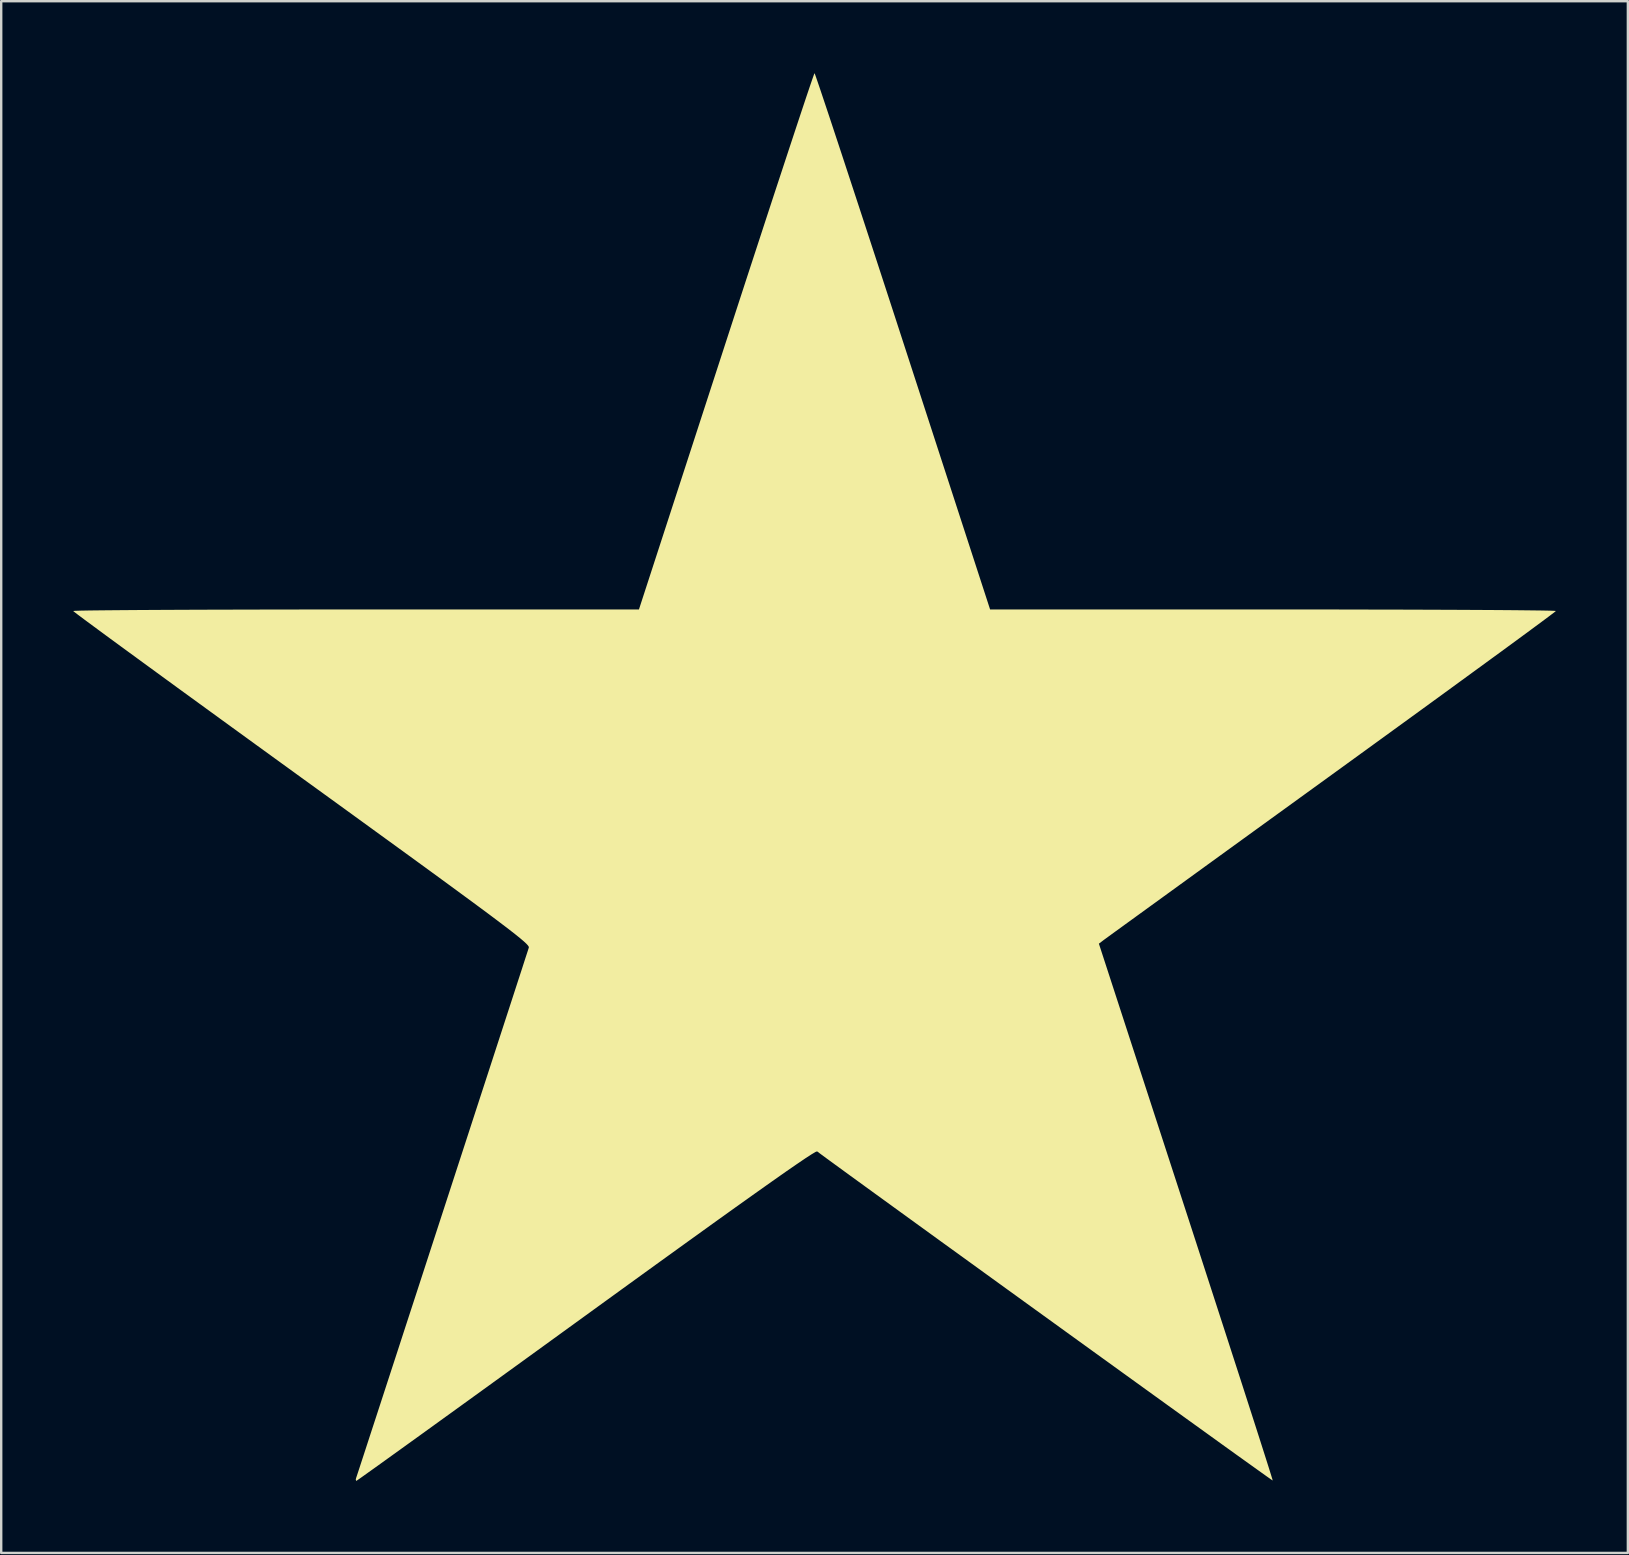
<source format=kicad_pcb>
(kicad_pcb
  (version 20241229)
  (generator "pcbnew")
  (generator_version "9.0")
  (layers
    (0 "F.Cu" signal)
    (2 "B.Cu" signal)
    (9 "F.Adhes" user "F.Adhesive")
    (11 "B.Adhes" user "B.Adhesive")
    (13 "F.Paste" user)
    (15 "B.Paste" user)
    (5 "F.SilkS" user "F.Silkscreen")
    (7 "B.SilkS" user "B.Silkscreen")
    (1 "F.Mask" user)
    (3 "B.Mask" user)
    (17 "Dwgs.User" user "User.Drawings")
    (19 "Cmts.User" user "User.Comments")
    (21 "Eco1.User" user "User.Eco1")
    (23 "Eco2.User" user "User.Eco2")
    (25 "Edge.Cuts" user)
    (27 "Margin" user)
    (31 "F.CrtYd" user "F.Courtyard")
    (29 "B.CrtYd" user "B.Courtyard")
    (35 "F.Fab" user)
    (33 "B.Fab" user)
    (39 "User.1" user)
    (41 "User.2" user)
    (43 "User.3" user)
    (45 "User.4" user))
  (footprint "VN"
    (layer "F.Cu")
    (at 30.898 32.427)
    (property "Reference" "VN" (at 0 0 0) (layer "F.SilkS") (effects (font (size 1.5 1.5) (thickness 0.3))))
    (attr board_only exclude_from_pos_files exclude_from_bom)
    (fp_poly (pts (xy 0.032 -32.348) (xy 0.112 -32.117) (xy 0.239 -31.744) (xy 0.409 -31.236) (xy 0.62 -30.605) (xy 0.867 -29.857) (xy 1.149 -29.004) (xy 1.461 -28.054) (xy 1.802 -27.016) (xy 2.168 -25.899) (xy 2.556 -24.713) (xy 2.963 -23.466) (xy 3.386 -22.168) (xy 3.684 -21.251) (xy 7.318 -10.075) (xy 19.111 -10.075) (xy 20.509 -10.075) (xy 21.861 -10.074) (xy 23.155 -10.071) (xy 24.383 -10.069) (xy 25.534 -10.065) (xy 26.6 -10.061) (xy 27.571 -10.056) (xy 28.437 -10.051) (xy 29.188 -10.045) (xy 29.815 -10.038) (xy 30.309 -10.032) (xy 30.659 -10.025) (xy 30.857 -10.017) (xy 30.899 -10.012) (xy 30.831 -9.955) (xy 30.634 -9.806) (xy 30.315 -9.568) (xy 29.883 -9.249) (xy 29.345 -8.853) (xy 28.709 -8.387) (xy 27.983 -7.857) (xy 27.175 -7.268) (xy 26.293 -6.625) (xy 25.345 -5.935) (xy 24.338 -5.204) (xy 23.281 -4.437) (xy 22.181 -3.639) (xy 21.564 -3.192) (xy 20.441 -2.379) (xy 19.354 -1.592) (xy 18.31 -0.836) (xy 17.319 -0.118) (xy 16.387 0.557) (xy 15.524 1.183) (xy 14.738 1.753) (xy 14.036 2.262) (xy 13.426 2.704) (xy 12.917 3.073) (xy 12.516 3.364) (xy 12.233 3.57) (xy 12.074 3.686) (xy 12.043 3.709) (xy 11.852 3.854) (xy 15.488 15.028) (xy 15.92 16.356) (xy 16.336 17.639) (xy 16.735 18.869) (xy 17.113 20.035) (xy 17.467 21.13) (xy 17.795 22.143) (xy 18.092 23.066) (xy 18.357 23.889) (xy 18.586 24.604) (xy 18.776 25.2) (xy 18.925 25.669) (xy 19.029 26.002) (xy 19.086 26.189) (xy 19.096 26.229) (xy 19.027 26.183) (xy 18.83 26.044) (xy 18.515 25.819) (xy 18.092 25.516) (xy 17.569 25.142) (xy 16.957 24.702) (xy 16.266 24.204) (xy 15.503 23.655) (xy 14.68 23.062) (xy 13.805 22.431) (xy 12.889 21.77) (xy 11.94 21.085) (xy 10.969 20.384) (xy 9.984 19.672) (xy 8.995 18.958) (xy 8.013 18.248) (xy 7.045 17.548) (xy 6.103 16.866) (xy 5.194 16.209) (xy 4.33 15.583) (xy 3.519 14.995) (xy 2.771 14.453) (xy 2.096 13.963) (xy 1.502 13.532) (xy 1 13.166) (xy 0.599 12.874) (xy 0.309 12.661) (xy 0.139 12.534) (xy 0.108 12.511) (xy 0.044 12.533) (xy -0.116 12.628) (xy -0.377 12.797) (xy -0.74 13.043) (xy -1.211 13.368) (xy -1.79 13.775) (xy -2.483 14.266) (xy -3.292 14.842) (xy -4.22 15.507) (xy -5.271 16.263) (xy -6.448 17.112) (xy -7.754 18.056) (xy -9.192 19.098) (xy -9.523 19.338) (xy -10.655 20.158) (xy -11.749 20.951) (xy -12.798 21.71) (xy -13.794 22.431) (xy -14.728 23.106) (xy -15.594 23.731) (xy -16.383 24.301) (xy -17.087 24.808) (xy -17.699 25.248) (xy -18.21 25.616) (xy -18.614 25.904) (xy -18.901 26.109) (xy -19.065 26.223) (xy -19.102 26.247) (xy -19.121 26.183) (xy -19.103 26.116) (xy -19.073 26.027) (xy -18.994 25.787) (xy -18.871 25.41) (xy -18.706 24.905) (xy -18.504 24.284) (xy -18.267 23.559) (xy -18 22.74) (xy -17.707 21.84) (xy -17.39 20.869) (xy -17.055 19.838) (xy -16.703 18.76) (xy -16.34 17.645) (xy -15.969 16.504) (xy -15.593 15.349) (xy -15.216 14.191) (xy -14.842 13.042) (xy -14.474 11.913) (xy -14.117 10.814) (xy -13.773 9.758) (xy -13.447 8.756) (xy -13.142 7.818) (xy -12.862 6.957) (xy -12.61 6.183) (xy -12.391 5.508) (xy -12.207 4.944) (xy -12.064 4.5) (xy -11.963 4.19) (xy -11.909 4.023) (xy -11.907 4.014) (xy -11.91 3.981) (xy -11.943 3.93) (xy -12.01 3.856) (xy -12.118 3.756) (xy -12.274 3.623) (xy -12.485 3.453) (xy -12.756 3.242) (xy -13.095 2.984) (xy -13.507 2.674) (xy -14 2.308) (xy -14.579 1.882) (xy -15.251 1.389) (xy -16.023 0.825) (xy -16.901 0.186) (xy -17.892 -0.533) (xy -19.001 -1.338) (xy -20.236 -2.233) (xy -21.372 -3.055) (xy -22.503 -3.875) (xy -23.597 -4.668) (xy -24.644 -5.428) (xy -25.637 -6.15) (xy -26.569 -6.827) (xy -27.431 -7.456) (xy -28.216 -8.029) (xy -28.916 -8.54) (xy -29.523 -8.985) (xy -30.029 -9.358) (xy -30.427 -9.652) (xy -30.709 -9.863) (xy -30.866 -9.984) (xy -30.898 -10.012) (xy -30.816 -10.019) (xy -30.574 -10.027) (xy -30.181 -10.034) (xy -29.648 -10.04) (xy -28.985 -10.046) (xy -28.199 -10.052) (xy -27.303 -10.057) (xy -26.304 -10.062) (xy -25.212 -10.066) (xy -24.038 -10.069) (xy -22.79 -10.072) (xy -21.478 -10.074) (xy -20.112 -10.075) (xy -19.111 -10.075) (xy -7.318 -10.075) (xy -3.684 -21.251) (xy -3.252 -22.579) (xy -2.834 -23.862) (xy -2.432 -25.091) (xy -2.051 -26.257) (xy -1.693 -27.35) (xy -1.36 -28.361) (xy -1.057 -29.282) (xy -0.786 -30.103) (xy -0.55 -30.815) (xy -0.352 -31.409) (xy -0.195 -31.875) (xy -0.082 -32.205) (xy -0.016 -32.39) (xy 0 -32.427)) (stroke (width 0) (type solid)) (fill yes) (layer "F.SilkS")))
  (gr_rect
    (start -3 -3)
    (end 64.797 61.674)
    (stroke (width 0.1) (type default))
    (fill no)
    (layer "Edge.Cuts")))
</source>
